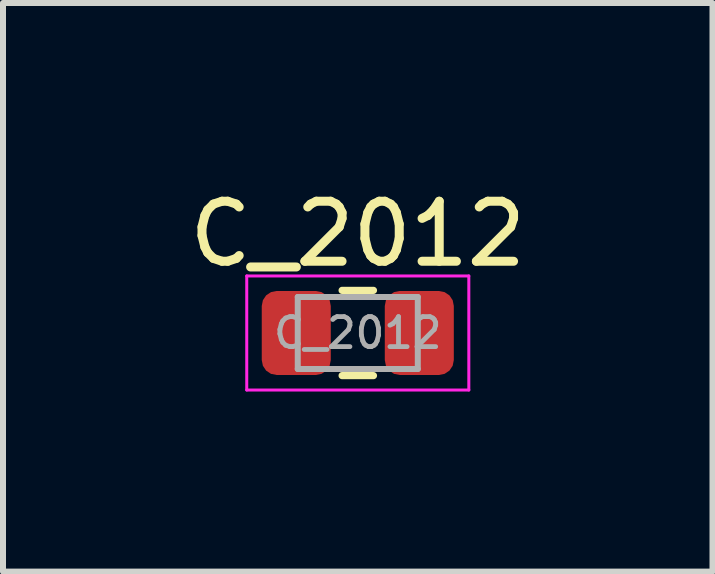
<source format=kicad_pcb>
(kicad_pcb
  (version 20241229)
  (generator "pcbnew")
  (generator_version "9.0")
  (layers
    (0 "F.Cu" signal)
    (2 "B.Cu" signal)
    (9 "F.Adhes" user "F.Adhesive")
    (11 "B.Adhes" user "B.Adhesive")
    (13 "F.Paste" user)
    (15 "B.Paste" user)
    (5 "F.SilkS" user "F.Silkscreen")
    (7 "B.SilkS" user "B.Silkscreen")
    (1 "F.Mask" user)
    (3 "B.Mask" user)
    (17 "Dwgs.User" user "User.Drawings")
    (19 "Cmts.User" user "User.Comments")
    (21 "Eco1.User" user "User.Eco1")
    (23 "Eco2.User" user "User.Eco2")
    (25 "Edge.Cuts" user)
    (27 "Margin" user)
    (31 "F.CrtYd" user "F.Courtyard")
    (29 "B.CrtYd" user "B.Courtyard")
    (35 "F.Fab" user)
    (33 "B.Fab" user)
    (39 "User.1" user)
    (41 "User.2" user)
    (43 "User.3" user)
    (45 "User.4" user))
  (footprint "C_2012"
    (layer "F.Cu")
    (at 2.911 2.498)
    (property "Reference" "C_2012" (at 0 -1.65 0) (layer "F.SilkS") (effects (font (size 1 1) (thickness 0.15))))
    (attr smd)
    (fp_line (start -0.261 -0.71) (end 0.261 -0.71) (stroke (width 0.12) (type solid)) (layer "F.SilkS"))
    (fp_line (start -0.261 0.71) (end 0.261 0.71) (stroke (width 0.12) (type solid)) (layer "F.SilkS"))
    (fp_line (start -1.85 -0.95) (end 1.85 -0.95) (stroke (width 0.05) (type solid)) (layer "F.CrtYd"))
    (fp_line (start -1.85 0.95) (end -1.85 -0.95) (stroke (width 0.05) (type solid)) (layer "F.CrtYd"))
    (fp_line (start 1.85 -0.95) (end 1.85 0.95) (stroke (width 0.05) (type solid)) (layer "F.CrtYd"))
    (fp_line (start 1.85 0.95) (end -1.85 0.95) (stroke (width 0.05) (type solid)) (layer "F.CrtYd"))
    (fp_line (start -1 -0.6) (end 1 -0.6) (stroke (width 0.1) (type solid)) (layer "F.Fab"))
    (fp_line (start -1 0.6) (end -1 -0.6) (stroke (width 0.1) (type solid)) (layer "F.Fab"))
    (fp_line (start 1 -0.6) (end 1 0.6) (stroke (width 0.1) (type solid)) (layer "F.Fab"))
    (fp_line (start 1 0.6) (end -1 0.6) (stroke (width 0.1) (type solid)) (layer "F.Fab"))
    (fp_text user "${REFERENCE}" (at 0 0 0) (layer "F.Fab") (effects (font (size 0.5 0.5) (thickness 0.08))))
    (pad "1" smd roundrect (at -1.025 0) (size 1.15 1.4) (layers "F.Cu" "F.Mask" "F.Paste") (roundrect_rratio 0.217))
    (pad "2" smd roundrect (at 1.025 0) (size 1.15 1.4) (layers "F.Cu" "F.Mask" "F.Paste") (roundrect_rratio 0.217)))
  (gr_rect
    (start -3 -3)
    (end 8.821 6.473)
    (stroke (width 0.1) (type default))
    (fill no)
    (layer "Edge.Cuts")))
</source>
